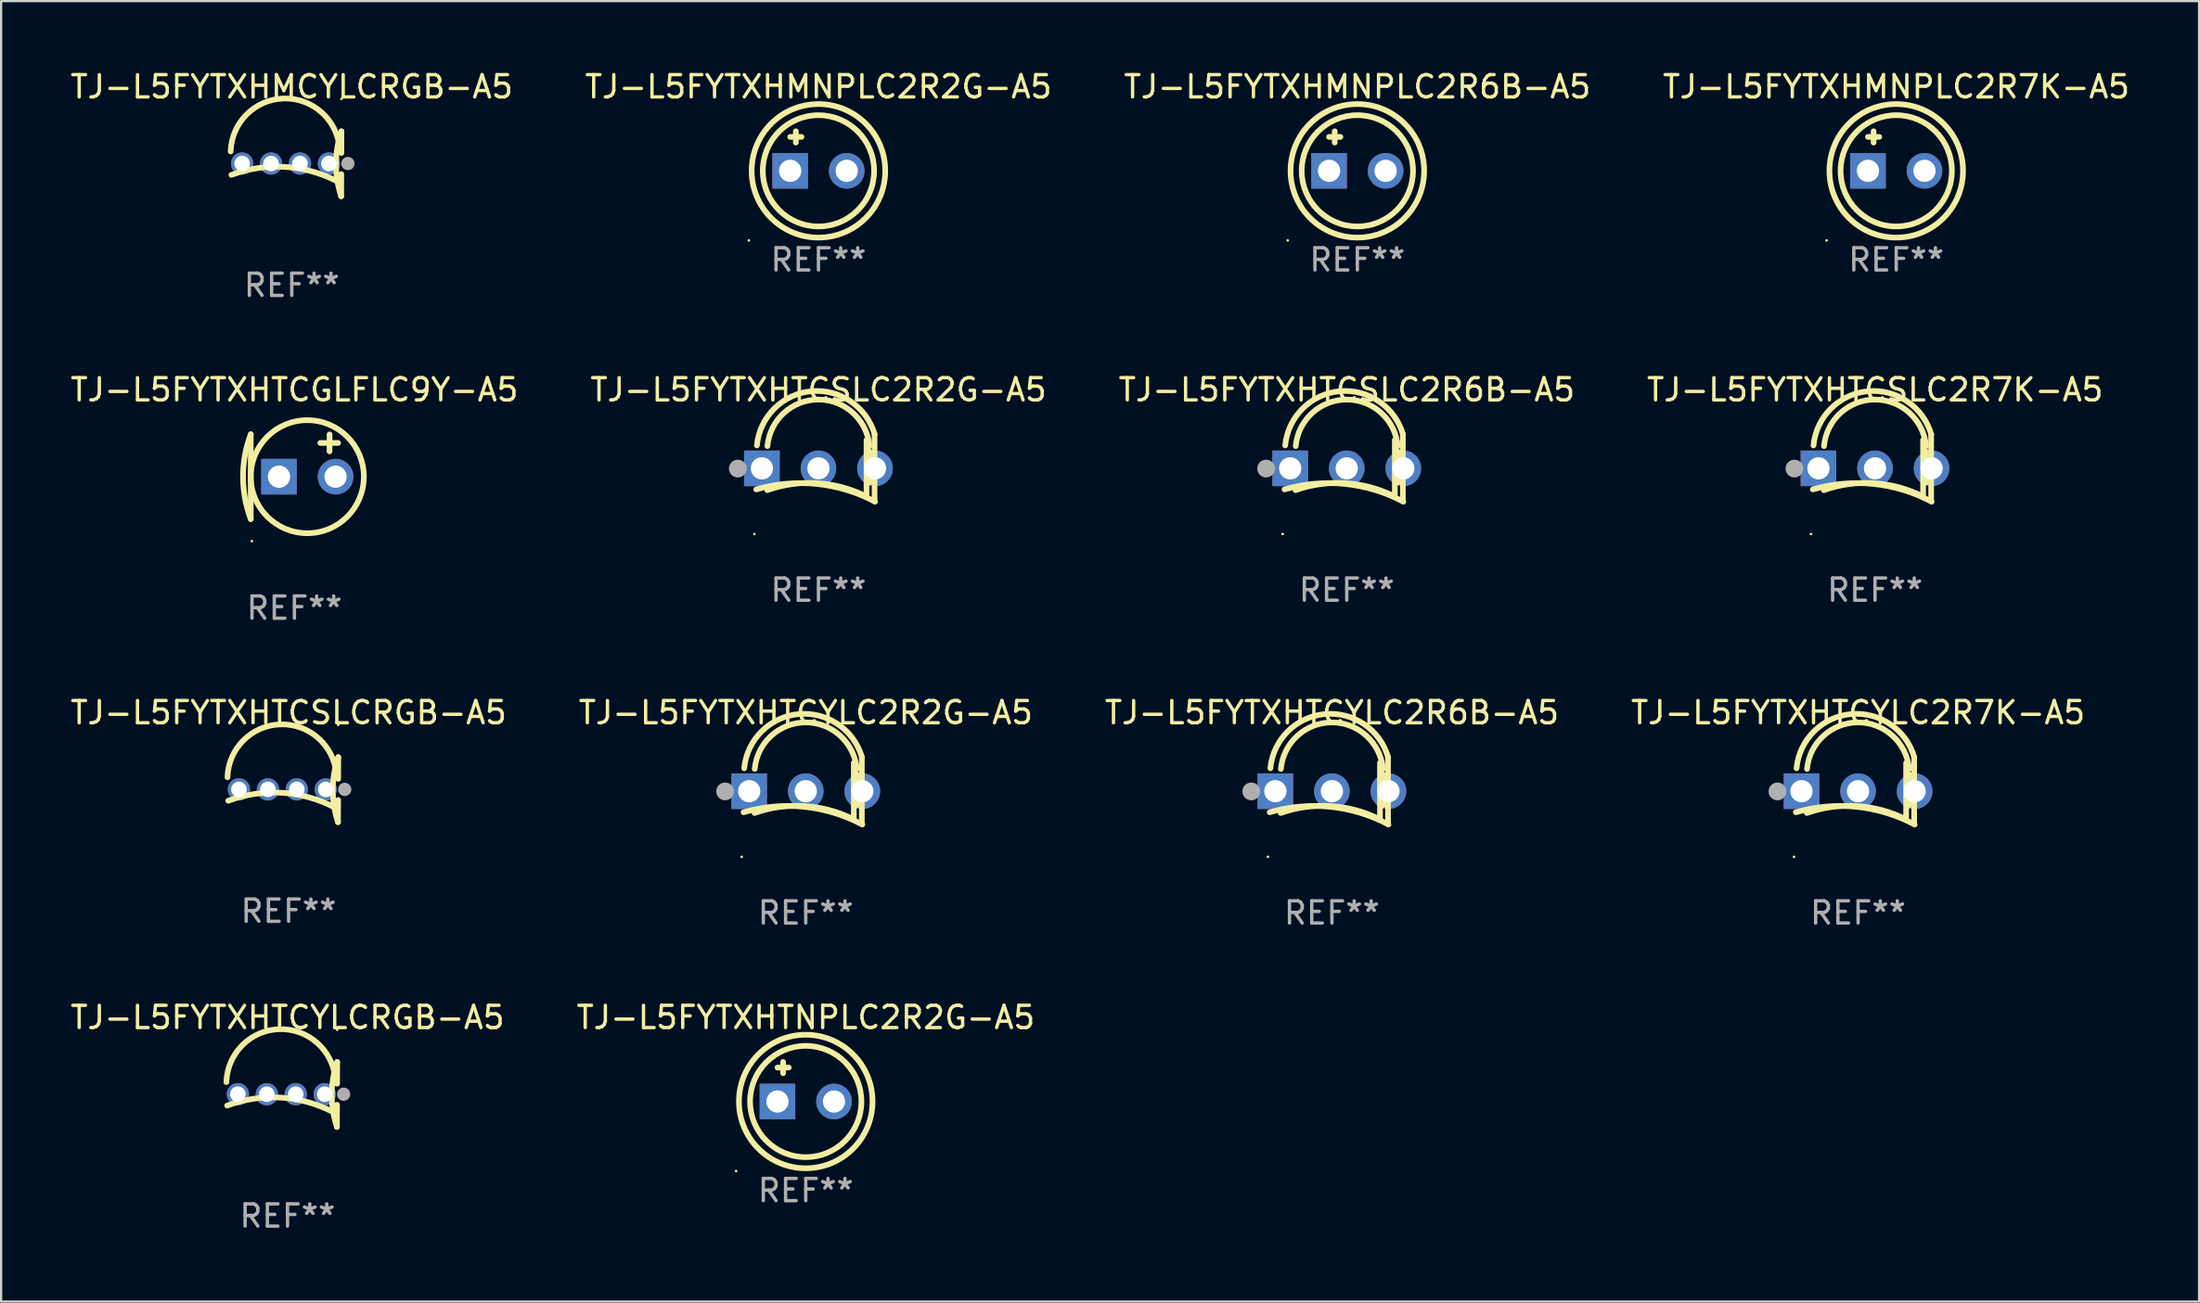
<source format=kicad_pcb>
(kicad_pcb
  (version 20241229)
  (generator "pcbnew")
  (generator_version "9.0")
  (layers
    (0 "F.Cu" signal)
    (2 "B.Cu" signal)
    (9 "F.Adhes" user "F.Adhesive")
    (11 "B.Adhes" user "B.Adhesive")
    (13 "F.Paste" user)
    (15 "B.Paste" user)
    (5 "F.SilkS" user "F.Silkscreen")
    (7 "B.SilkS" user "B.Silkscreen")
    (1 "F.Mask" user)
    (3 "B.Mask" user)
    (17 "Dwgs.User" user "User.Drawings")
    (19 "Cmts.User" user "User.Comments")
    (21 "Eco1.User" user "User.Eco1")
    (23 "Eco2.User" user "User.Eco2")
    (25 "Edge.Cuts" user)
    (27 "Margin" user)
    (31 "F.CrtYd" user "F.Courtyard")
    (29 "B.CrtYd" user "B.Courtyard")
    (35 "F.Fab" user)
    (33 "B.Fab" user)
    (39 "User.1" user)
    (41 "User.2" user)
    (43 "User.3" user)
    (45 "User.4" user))
  (footprint "TJ-L5FYTXHMNPLC2R2G-A5"
    (layer "F.Cu")
    (at 33.708 3.737)
    (property "Reference" "TJ-L5FYTXHMNPLC2R2G-A5" (at 0 -2.889 0) (layer "F.SilkS") (effects (font (size 1 1) (thickness 0.15))))
    (attr through_hole)
    (fp_line (start -1.27 -0.635) (end -0.762 -0.635) (stroke (width 0.254) (type solid)) (layer "F.SilkS"))
    (fp_line (start -1.016 -0.889) (end -1.016 -0.381) (stroke (width 0.254) (type solid)) (layer "F.SilkS"))
    (fp_circle (center -3.127 4.016) (end -3.097 4.016) (stroke (width 0.06) (type solid)) (fill no) (layer "F.SilkS"))
    (fp_circle (center 0 0.889) (end 2.5 0.889) (stroke (width 0.254) (type solid)) (fill no) (layer "F.SilkS"))
    (fp_circle (center 0 0.889) (end 3 0.889) (stroke (width 0.254) (type solid)) (fill no) (layer "F.SilkS"))
    (fp_text user "REF**" (at 0 4.889 0) (layer "F.Fab") (effects (font (size 1 1) (thickness 0.15))))
    (pad "1" thru_hole rect (at -1.27 0.889) (size 1.6 1.6) (drill 1) (layers "*.Cu" "*.Mask"))
    (pad "2" thru_hole circle (at 1.27 0.889) (size 1.6 1.6) (drill 1) (layers "*.Cu" "*.Mask")))
  (footprint "TJ-L5FYTXHTNPLC2R2G-A5"
    (layer "F.Cu")
    (at 33.137 45.557)
    (property "Reference" "TJ-L5FYTXHTNPLC2R2G-A5" (at 0 -2.889 0) (layer "F.SilkS") (effects (font (size 1 1) (thickness 0.15))))
    (attr through_hole)
    (fp_line (start -1.27 -0.635) (end -0.762 -0.635) (stroke (width 0.254) (type solid)) (layer "F.SilkS"))
    (fp_line (start -1.016 -0.889) (end -1.016 -0.381) (stroke (width 0.254) (type solid)) (layer "F.SilkS"))
    (fp_circle (center -3.127 4.016) (end -3.097 4.016) (stroke (width 0.06) (type solid)) (fill no) (layer "F.SilkS"))
    (fp_circle (center 0 0.889) (end 2.5 0.889) (stroke (width 0.254) (type solid)) (fill no) (layer "F.SilkS"))
    (fp_circle (center 0 0.889) (end 3 0.889) (stroke (width 0.254) (type solid)) (fill no) (layer "F.SilkS"))
    (fp_text user "REF**" (at 0 4.889 0) (layer "F.Fab") (effects (font (size 1 1) (thickness 0.15))))
    (pad "1" thru_hole rect (at -1.27 0.889) (size 1.6 1.6) (drill 1) (layers "*.Cu" "*.Mask"))
    (pad "2" thru_hole circle (at 1.27 0.889) (size 1.6 1.6) (drill 1) (layers "*.Cu" "*.Mask")))
  (footprint "TJ-L5FYTXHTCSLC2R2G-A5"
    (layer "F.Cu")
    (at 33.708 17.965)
    (property "Reference" "TJ-L5FYTXHTCSLC2R2G-A5" (at 0 -3.5 0) (layer "F.SilkS") (effects (font (size 1 1) (thickness 0.15))))
    (attr through_hole)
    (fp_line (start 2.159 -1.24) (end 2.159 1.3) (stroke (width 0.254) (type solid)) (layer "F.SilkS"))
    (fp_line (start 2.286 -0.732) (end 2.286 0.665) (stroke (width 0.254) (type solid)) (layer "F.SilkS"))
    (fp_line (start 2.52 -1.5) (end 2.52 1.5) (stroke (width 0.254) (type solid)) (layer "F.SilkS"))
    (fp_arc (start -2.79431 0.976848) (mid -0.072475 0.731584) (end 2.541758 1.52803) (stroke (width 0.254001) (type solid)) (layer "F.SilkS"))
    (fp_arc (start -2.764008 -0.999758) (mid -0.323263 -3.434716) (end 2.525806 -1.493307) (stroke (width 0.254001) (type solid)) (layer "F.SilkS"))
    (fp_arc (start -2.300305 1.010706) (mid -0.043043 0.697773) (end 2.155372 1.297879) (stroke (width 0.254001) (type solid)) (layer "F.SilkS"))
    (fp_arc (start -2.291543 -0.968465) (mid -0.000907 -3.060942) (end 2.290958 -0.969812) (stroke (width 0.254001) (type solid)) (layer "F.SilkS"))
    (fp_circle (center -2.877 2.98) (end -2.847 2.98) (stroke (width 0.06) (type solid)) (fill no) (layer "F.SilkS"))
    (fp_circle (center -3.62 0.04) (end -3.42 0.04) (stroke (width 0.4) (type solid)) (fill no) (layer "F.Fab"))
    (fp_text user "REF**" (at 0 5.5 0) (layer "F.Fab") (effects (font (size 1 1) (thickness 0.15))))
    (pad "1" thru_hole rect (at -2.54 0.03) (size 1.6 1.6) (drill 1) (layers "*.Cu" "*.Mask"))
    (pad "2" thru_hole circle (at 0 0.03) (size 1.6 1.6) (drill 1) (layers "*.Cu" "*.Mask"))
    (pad "3" thru_hole circle (at 2.54 0.03) (size 1.6 1.6) (drill 1) (layers "*.Cu" "*.Mask")))
  (footprint "TJ-L5FYTXHTCYLC2R6B-A5"
    (layer "F.Cu")
    (at 56.768 32.472)
    (property "Reference" "TJ-L5FYTXHTCYLC2R6B-A5" (at 0 -3.5 0) (layer "F.SilkS") (effects (font (size 1 1) (thickness 0.15))))
    (attr through_hole)
    (fp_line (start 2.159 -1.24) (end 2.159 1.3) (stroke (width 0.254) (type solid)) (layer "F.SilkS"))
    (fp_line (start 2.286 -0.732) (end 2.286 0.665) (stroke (width 0.254) (type solid)) (layer "F.SilkS"))
    (fp_line (start 2.52 -1.5) (end 2.52 1.5) (stroke (width 0.254) (type solid)) (layer "F.SilkS"))
    (fp_arc (start -2.79431 0.976848) (mid -0.072475 0.731584) (end 2.541758 1.52803) (stroke (width 0.254001) (type solid)) (layer "F.SilkS"))
    (fp_arc (start -2.764008 -0.999758) (mid -0.323263 -3.434716) (end 2.525806 -1.493307) (stroke (width 0.254001) (type solid)) (layer "F.SilkS"))
    (fp_arc (start -2.300305 1.010706) (mid -0.043043 0.697773) (end 2.155372 1.297879) (stroke (width 0.254001) (type solid)) (layer "F.SilkS"))
    (fp_arc (start -2.291543 -0.968465) (mid -0.000907 -3.060942) (end 2.290958 -0.969812) (stroke (width 0.254001) (type solid)) (layer "F.SilkS"))
    (fp_circle (center -2.877 2.98) (end -2.847 2.98) (stroke (width 0.06) (type solid)) (fill no) (layer "F.SilkS"))
    (fp_circle (center -3.62 0.04) (end -3.42 0.04) (stroke (width 0.4) (type solid)) (fill no) (layer "F.Fab"))
    (fp_text user "REF**" (at 0 5.5 0) (layer "F.Fab") (effects (font (size 1 1) (thickness 0.15))))
    (pad "1" thru_hole rect (at -2.54 0.03) (size 1.6 1.6) (drill 1) (layers "*.Cu" "*.Mask"))
    (pad "2" thru_hole circle (at 0 0.03) (size 1.6 1.6) (drill 1) (layers "*.Cu" "*.Mask"))
    (pad "3" thru_hole circle (at 2.54 0.03) (size 1.6 1.6) (drill 1) (layers "*.Cu" "*.Mask")))
  (footprint "TJ-L5FYTXHTCYLC2R7K-A5"
    (layer "F.Cu")
    (at 80.399 32.472)
    (property "Reference" "TJ-L5FYTXHTCYLC2R7K-A5" (at 0 -3.5 0) (layer "F.SilkS") (effects (font (size 1 1) (thickness 0.15))))
    (attr through_hole)
    (fp_line (start 2.159 -1.24) (end 2.159 1.3) (stroke (width 0.254) (type solid)) (layer "F.SilkS"))
    (fp_line (start 2.286 -0.732) (end 2.286 0.665) (stroke (width 0.254) (type solid)) (layer "F.SilkS"))
    (fp_line (start 2.52 -1.5) (end 2.52 1.5) (stroke (width 0.254) (type solid)) (layer "F.SilkS"))
    (fp_arc (start -2.79431 0.976848) (mid -0.072475 0.731584) (end 2.541758 1.52803) (stroke (width 0.254001) (type solid)) (layer "F.SilkS"))
    (fp_arc (start -2.764008 -0.999758) (mid -0.323263 -3.434716) (end 2.525806 -1.493307) (stroke (width 0.254001) (type solid)) (layer "F.SilkS"))
    (fp_arc (start -2.300305 1.010706) (mid -0.043043 0.697773) (end 2.155372 1.297879) (stroke (width 0.254001) (type solid)) (layer "F.SilkS"))
    (fp_arc (start -2.291543 -0.968465) (mid -0.000907 -3.060942) (end 2.290958 -0.969812) (stroke (width 0.254001) (type solid)) (layer "F.SilkS"))
    (fp_circle (center -2.877 2.98) (end -2.847 2.98) (stroke (width 0.06) (type solid)) (fill no) (layer "F.SilkS"))
    (fp_circle (center -3.62 0.04) (end -3.42 0.04) (stroke (width 0.4) (type solid)) (fill no) (layer "F.Fab"))
    (fp_text user "REF**" (at 0 5.5 0) (layer "F.Fab") (effects (font (size 1 1) (thickness 0.15))))
    (pad "1" thru_hole rect (at -2.54 0.03) (size 1.6 1.6) (drill 1) (layers "*.Cu" "*.Mask"))
    (pad "2" thru_hole circle (at 0 0.03) (size 1.6 1.6) (drill 1) (layers "*.Cu" "*.Mask"))
    (pad "3" thru_hole circle (at 2.54 0.03) (size 1.6 1.6) (drill 1) (layers "*.Cu" "*.Mask")))
  (footprint "TJ-L5FYTXHTCYLC2R2G-A5"
    (layer "F.Cu")
    (at 33.137 32.472)
    (property "Reference" "TJ-L5FYTXHTCYLC2R2G-A5" (at 0 -3.5 0) (layer "F.SilkS") (effects (font (size 1 1) (thickness 0.15))))
    (attr through_hole)
    (fp_line (start 2.159 -1.24) (end 2.159 1.3) (stroke (width 0.254) (type solid)) (layer "F.SilkS"))
    (fp_line (start 2.286 -0.732) (end 2.286 0.665) (stroke (width 0.254) (type solid)) (layer "F.SilkS"))
    (fp_line (start 2.52 -1.5) (end 2.52 1.5) (stroke (width 0.254) (type solid)) (layer "F.SilkS"))
    (fp_arc (start -2.79431 0.976848) (mid -0.072475 0.731584) (end 2.541758 1.52803) (stroke (width 0.254001) (type solid)) (layer "F.SilkS"))
    (fp_arc (start -2.764008 -0.999758) (mid -0.323263 -3.434716) (end 2.525806 -1.493307) (stroke (width 0.254001) (type solid)) (layer "F.SilkS"))
    (fp_arc (start -2.300305 1.010706) (mid -0.043043 0.697773) (end 2.155372 1.297879) (stroke (width 0.254001) (type solid)) (layer "F.SilkS"))
    (fp_arc (start -2.291543 -0.968465) (mid -0.000907 -3.060942) (end 2.290958 -0.969812) (stroke (width 0.254001) (type solid)) (layer "F.SilkS"))
    (fp_circle (center -2.877 2.98) (end -2.847 2.98) (stroke (width 0.06) (type solid)) (fill no) (layer "F.SilkS"))
    (fp_circle (center -3.62 0.04) (end -3.42 0.04) (stroke (width 0.4) (type solid)) (fill no) (layer "F.Fab"))
    (fp_text user "REF**" (at 0 5.5 0) (layer "F.Fab") (effects (font (size 1 1) (thickness 0.15))))
    (pad "1" thru_hole rect (at -2.54 0.03) (size 1.6 1.6) (drill 1) (layers "*.Cu" "*.Mask"))
    (pad "2" thru_hole circle (at 0 0.03) (size 1.6 1.6) (drill 1) (layers "*.Cu" "*.Mask"))
    (pad "3" thru_hole circle (at 2.54 0.03) (size 1.6 1.6) (drill 1) (layers "*.Cu" "*.Mask")))
  (footprint "TJ-L5FYTXHTCYLCRGB-A5"
    (layer "F.Cu")
    (at 9.863 46.129)
    (property "Reference" "TJ-L5FYTXHTCYLCRGB-A5" (at 0 -3.46 0) (layer "F.SilkS") (effects (font (size 1 1) (thickness 0.15))))
    (attr through_hole)
    (fp_line (start 2.223 0.465) (end 2.219 1.46) (stroke (width 0.254) (type solid)) (layer "F.SilkS"))
    (fp_line (start 2.23 -1.46) (end 2.227 -0.483) (stroke (width 0.254) (type solid)) (layer "F.SilkS"))
    (fp_arc (start -2.744704 -0.553975) (mid -0.362217 -2.932822) (end 2.149505 -0.690856) (stroke (width 0.254001) (type solid)) (layer "F.SilkS"))
    (fp_arc (start -2.71049 0.499162) (mid -0.290117 0.141785) (end 2.066167 0.800458) (stroke (width 0.254001) (type solid)) (layer "F.SilkS"))
    (fp_arc (start 2.219278 1.46035) (mid 1.985795 -0.000915) (end 2.230455 -1.460351) (stroke (width 0.254001) (type solid)) (layer "F.SilkS"))
    (fp_circle (center 2.231 -2.91) (end 2.261 -2.91) (stroke (width 0.06) (type solid)) (fill no) (layer "F.SilkS"))
    (fp_circle (center 2.52 -0.011) (end 2.67 -0.011) (stroke (width 0.3) (type solid)) (fill no) (layer "F.Fab"))
    (fp_text user "REF**" (at 0 5.46 0) (layer "F.Fab") (effects (font (size 1 1) (thickness 0.15))))
    (pad "1" thru_hole circle (at 1.669 -0.011) (size 1 1) (drill 0.7) (layers "*.Cu" "*.Mask"))
    (pad "2" thru_hole circle (at 0.369 -0.011) (size 1 1) (drill 0.7) (layers "*.Cu" "*.Mask"))
    (pad "3" thru_hole circle (at -0.93 -0.011) (size 1 1) (drill 0.7) (layers "*.Cu" "*.Mask"))
    (pad "4" thru_hole circle (at -2.23 -0.011) (size 1 1) (drill 0.7) (layers "*.Cu" "*.Mask")))
  (footprint "TJ-L5FYTXHMCYLCRGB-A5"
    (layer "F.Cu")
    (at 10.054 4.309)
    (property "Reference" "TJ-L5FYTXHMCYLCRGB-A5" (at 0 -3.46 0) (layer "F.SilkS") (effects (font (size 1 1) (thickness 0.15))))
    (attr through_hole)
    (fp_line (start 2.223 0.465) (end 2.219 1.46) (stroke (width 0.254) (type solid)) (layer "F.SilkS"))
    (fp_line (start 2.23 -1.46) (end 2.227 -0.483) (stroke (width 0.254) (type solid)) (layer "F.SilkS"))
    (fp_arc (start -2.744704 -0.553975) (mid -0.362217 -2.932822) (end 2.149505 -0.690856) (stroke (width 0.254001) (type solid)) (layer "F.SilkS"))
    (fp_arc (start -2.71049 0.499162) (mid -0.290117 0.141785) (end 2.066167 0.800458) (stroke (width 0.254001) (type solid)) (layer "F.SilkS"))
    (fp_arc (start 2.219278 1.46035) (mid 1.985795 -0.000915) (end 2.230455 -1.460351) (stroke (width 0.254001) (type solid)) (layer "F.SilkS"))
    (fp_circle (center 2.231 -2.91) (end 2.261 -2.91) (stroke (width 0.06) (type solid)) (fill no) (layer "F.SilkS"))
    (fp_circle (center 2.52 -0.011) (end 2.67 -0.011) (stroke (width 0.3) (type solid)) (fill no) (layer "F.Fab"))
    (fp_text user "REF**" (at 0 5.46 0) (layer "F.Fab") (effects (font (size 1 1) (thickness 0.15))))
    (pad "1" thru_hole circle (at 1.669 -0.011) (size 1 1) (drill 0.7) (layers "*.Cu" "*.Mask"))
    (pad "2" thru_hole circle (at 0.369 -0.011) (size 1 1) (drill 0.7) (layers "*.Cu" "*.Mask"))
    (pad "3" thru_hole circle (at -0.93 -0.011) (size 1 1) (drill 0.7) (layers "*.Cu" "*.Mask"))
    (pad "4" thru_hole circle (at -2.23 -0.011) (size 1 1) (drill 0.7) (layers "*.Cu" "*.Mask")))
  (footprint "TJ-L5FYTXHTCSLCRGB-A5"
    (layer "F.Cu")
    (at 9.911 32.432)
    (property "Reference" "TJ-L5FYTXHTCSLCRGB-A5" (at 0 -3.46 0) (layer "F.SilkS") (effects (font (size 1 1) (thickness 0.15))))
    (attr through_hole)
    (fp_line (start 2.223 0.465) (end 2.219 1.46) (stroke (width 0.254) (type solid)) (layer "F.SilkS"))
    (fp_line (start 2.23 -1.46) (end 2.227 -0.483) (stroke (width 0.254) (type solid)) (layer "F.SilkS"))
    (fp_arc (start -2.744704 -0.553975) (mid -0.362217 -2.932822) (end 2.149505 -0.690856) (stroke (width 0.254001) (type solid)) (layer "F.SilkS"))
    (fp_arc (start -2.71049 0.499162) (mid -0.290117 0.141785) (end 2.066167 0.800458) (stroke (width 0.254001) (type solid)) (layer "F.SilkS"))
    (fp_arc (start 2.219278 1.46035) (mid 1.985795 -0.000915) (end 2.230455 -1.460351) (stroke (width 0.254001) (type solid)) (layer "F.SilkS"))
    (fp_circle (center 2.231 -2.91) (end 2.261 -2.91) (stroke (width 0.06) (type solid)) (fill no) (layer "F.SilkS"))
    (fp_circle (center 2.52 -0.011) (end 2.67 -0.011) (stroke (width 0.3) (type solid)) (fill no) (layer "F.Fab"))
    (fp_text user "REF**" (at 0 5.46 0) (layer "F.Fab") (effects (font (size 1 1) (thickness 0.15))))
    (pad "1" thru_hole circle (at 1.669 -0.011) (size 1 1) (drill 0.7) (layers "*.Cu" "*.Mask"))
    (pad "2" thru_hole circle (at 0.369 -0.011) (size 1 1) (drill 0.7) (layers "*.Cu" "*.Mask"))
    (pad "3" thru_hole circle (at -0.93 -0.011) (size 1 1) (drill 0.7) (layers "*.Cu" "*.Mask"))
    (pad "4" thru_hole circle (at -2.23 -0.011) (size 1 1) (drill 0.7) (layers "*.Cu" "*.Mask")))
  (footprint "TJ-L5FYTXHTCSLC2R7K-A5"
    (layer "F.Cu")
    (at 81.161 17.965)
    (property "Reference" "TJ-L5FYTXHTCSLC2R7K-A5" (at 0 -3.5 0) (layer "F.SilkS") (effects (font (size 1 1) (thickness 0.15))))
    (attr through_hole)
    (fp_line (start 2.159 -1.24) (end 2.159 1.3) (stroke (width 0.254) (type solid)) (layer "F.SilkS"))
    (fp_line (start 2.286 -0.732) (end 2.286 0.665) (stroke (width 0.254) (type solid)) (layer "F.SilkS"))
    (fp_line (start 2.52 -1.5) (end 2.52 1.5) (stroke (width 0.254) (type solid)) (layer "F.SilkS"))
    (fp_arc (start -2.79431 0.976848) (mid -0.072475 0.731584) (end 2.541758 1.52803) (stroke (width 0.254001) (type solid)) (layer "F.SilkS"))
    (fp_arc (start -2.764008 -0.999758) (mid -0.323263 -3.434716) (end 2.525806 -1.493307) (stroke (width 0.254001) (type solid)) (layer "F.SilkS"))
    (fp_arc (start -2.300305 1.010706) (mid -0.043043 0.697773) (end 2.155372 1.297879) (stroke (width 0.254001) (type solid)) (layer "F.SilkS"))
    (fp_arc (start -2.291543 -0.968465) (mid -0.000907 -3.060942) (end 2.290958 -0.969812) (stroke (width 0.254001) (type solid)) (layer "F.SilkS"))
    (fp_circle (center -2.877 2.98) (end -2.847 2.98) (stroke (width 0.06) (type solid)) (fill no) (layer "F.SilkS"))
    (fp_circle (center -3.62 0.04) (end -3.42 0.04) (stroke (width 0.4) (type solid)) (fill no) (layer "F.Fab"))
    (fp_text user "REF**" (at 0 5.5 0) (layer "F.Fab") (effects (font (size 1 1) (thickness 0.15))))
    (pad "1" thru_hole rect (at -2.54 0.03) (size 1.6 1.6) (drill 1) (layers "*.Cu" "*.Mask"))
    (pad "2" thru_hole circle (at 0 0.03) (size 1.6 1.6) (drill 1) (layers "*.Cu" "*.Mask"))
    (pad "3" thru_hole circle (at 2.54 0.03) (size 1.6 1.6) (drill 1) (layers "*.Cu" "*.Mask")))
  (footprint "TJ-L5FYTXHTCGLFLC9Y-A5"
    (layer "F.Cu")
    (at 10.173 18.37)
    (property "Reference" "TJ-L5FYTXHTCGLFLC9Y-A5" (at 0 -3.905 0) (layer "F.SilkS") (effects (font (size 1 1) (thickness 0.15))))
    (attr through_hole)
    (fp_line (start -1.962 -1.905) (end -1.962 1.905) (stroke (width 0.254) (type solid)) (layer "F.SilkS"))
    (fp_line (start 1.578 -1.138) (end 1.578 -1.9) (stroke (width 0.254) (type solid)) (layer "F.SilkS"))
    (fp_line (start 1.962 -1.516) (end 1.162 -1.516) (stroke (width 0.254) (type solid)) (layer "F.SilkS"))
    (fp_arc (start -1.961996 1.905) (mid -2.307438 0) (end -1.961996 -1.905) (stroke (width 0.254001) (type solid)) (layer "F.SilkS"))
    (fp_circle (center -1.911 2.896) (end -1.881 2.896) (stroke (width 0.06) (type solid)) (fill no) (layer "F.SilkS"))
    (fp_circle (center 0.578 0) (end 3.118 0) (stroke (width 0.254) (type solid)) (fill no) (layer "F.SilkS"))
    (fp_text user "REF**" (at 0 5.905 0) (layer "F.Fab") (effects (font (size 1 1) (thickness 0.15))))
    (pad "1" thru_hole rect (at -0.692 0 180) (size 1.6 1.6) (drill 1) (layers "*.Cu" "*.Mask"))
    (pad "2" thru_hole circle (at 1.848 0) (size 1.6 1.6) (drill 1) (layers "*.Cu" "*.Mask")))
  (footprint "TJ-L5FYTXHMNPLC2R7K-A5"
    (layer "F.Cu")
    (at 82.113 3.737)
    (property "Reference" "TJ-L5FYTXHMNPLC2R7K-A5" (at 0 -2.889 0) (layer "F.SilkS") (effects (font (size 1 1) (thickness 0.15))))
    (attr through_hole)
    (fp_line (start -1.27 -0.635) (end -0.762 -0.635) (stroke (width 0.254) (type solid)) (layer "F.SilkS"))
    (fp_line (start -1.016 -0.889) (end -1.016 -0.381) (stroke (width 0.254) (type solid)) (layer "F.SilkS"))
    (fp_circle (center -3.127 4.016) (end -3.097 4.016) (stroke (width 0.06) (type solid)) (fill no) (layer "F.SilkS"))
    (fp_circle (center 0 0.889) (end 2.5 0.889) (stroke (width 0.254) (type solid)) (fill no) (layer "F.SilkS"))
    (fp_circle (center 0 0.889) (end 3 0.889) (stroke (width 0.254) (type solid)) (fill no) (layer "F.SilkS"))
    (fp_text user "REF**" (at 0 4.889 0) (layer "F.Fab") (effects (font (size 1 1) (thickness 0.15))))
    (pad "1" thru_hole rect (at -1.27 0.889) (size 1.6 1.6) (drill 1) (layers "*.Cu" "*.Mask"))
    (pad "2" thru_hole circle (at 1.27 0.889) (size 1.6 1.6) (drill 1) (layers "*.Cu" "*.Mask")))
  (footprint "TJ-L5FYTXHTCSLC2R6B-A5"
    (layer "F.Cu")
    (at 57.435 17.965)
    (property "Reference" "TJ-L5FYTXHTCSLC2R6B-A5" (at 0 -3.5 0) (layer "F.SilkS") (effects (font (size 1 1) (thickness 0.15))))
    (attr through_hole)
    (fp_line (start 2.159 -1.24) (end 2.159 1.3) (stroke (width 0.254) (type solid)) (layer "F.SilkS"))
    (fp_line (start 2.286 -0.732) (end 2.286 0.665) (stroke (width 0.254) (type solid)) (layer "F.SilkS"))
    (fp_line (start 2.52 -1.5) (end 2.52 1.5) (stroke (width 0.254) (type solid)) (layer "F.SilkS"))
    (fp_arc (start -2.79431 0.976848) (mid -0.072475 0.731584) (end 2.541758 1.52803) (stroke (width 0.254001) (type solid)) (layer "F.SilkS"))
    (fp_arc (start -2.764008 -0.999758) (mid -0.323263 -3.434716) (end 2.525806 -1.493307) (stroke (width 0.254001) (type solid)) (layer "F.SilkS"))
    (fp_arc (start -2.300305 1.010706) (mid -0.043043 0.697773) (end 2.155372 1.297879) (stroke (width 0.254001) (type solid)) (layer "F.SilkS"))
    (fp_arc (start -2.291543 -0.968465) (mid -0.000907 -3.060942) (end 2.290958 -0.969812) (stroke (width 0.254001) (type solid)) (layer "F.SilkS"))
    (fp_circle (center -2.877 2.98) (end -2.847 2.98) (stroke (width 0.06) (type solid)) (fill no) (layer "F.SilkS"))
    (fp_circle (center -3.62 0.04) (end -3.42 0.04) (stroke (width 0.4) (type solid)) (fill no) (layer "F.Fab"))
    (fp_text user "REF**" (at 0 5.5 0) (layer "F.Fab") (effects (font (size 1 1) (thickness 0.15))))
    (pad "1" thru_hole rect (at -2.54 0.03) (size 1.6 1.6) (drill 1) (layers "*.Cu" "*.Mask"))
    (pad "2" thru_hole circle (at 0 0.03) (size 1.6 1.6) (drill 1) (layers "*.Cu" "*.Mask"))
    (pad "3" thru_hole circle (at 2.54 0.03) (size 1.6 1.6) (drill 1) (layers "*.Cu" "*.Mask")))
  (footprint "TJ-L5FYTXHMNPLC2R6B-A5"
    (layer "F.Cu")
    (at 57.911 3.737)
    (property "Reference" "TJ-L5FYTXHMNPLC2R6B-A5" (at 0 -2.889 0) (layer "F.SilkS") (effects (font (size 1 1) (thickness 0.15))))
    (attr through_hole)
    (fp_line (start -1.27 -0.635) (end -0.762 -0.635) (stroke (width 0.254) (type solid)) (layer "F.SilkS"))
    (fp_line (start -1.016 -0.889) (end -1.016 -0.381) (stroke (width 0.254) (type solid)) (layer "F.SilkS"))
    (fp_circle (center -3.127 4.016) (end -3.097 4.016) (stroke (width 0.06) (type solid)) (fill no) (layer "F.SilkS"))
    (fp_circle (center 0 0.889) (end 2.5 0.889) (stroke (width 0.254) (type solid)) (fill no) (layer "F.SilkS"))
    (fp_circle (center 0 0.889) (end 3 0.889) (stroke (width 0.254) (type solid)) (fill no) (layer "F.SilkS"))
    (fp_text user "REF**" (at 0 4.889 0) (layer "F.Fab") (effects (font (size 1 1) (thickness 0.15))))
    (pad "1" thru_hole rect (at -1.27 0.889) (size 1.6 1.6) (drill 1) (layers "*.Cu" "*.Mask"))
    (pad "2" thru_hole circle (at 1.27 0.889) (size 1.6 1.6) (drill 1) (layers "*.Cu" "*.Mask")))
  (gr_rect
    (start -3 -3)
    (end 95.714 55.437)
    (stroke (width 0.1) (type default))
    (fill no)
    (layer "Edge.Cuts")))
</source>
